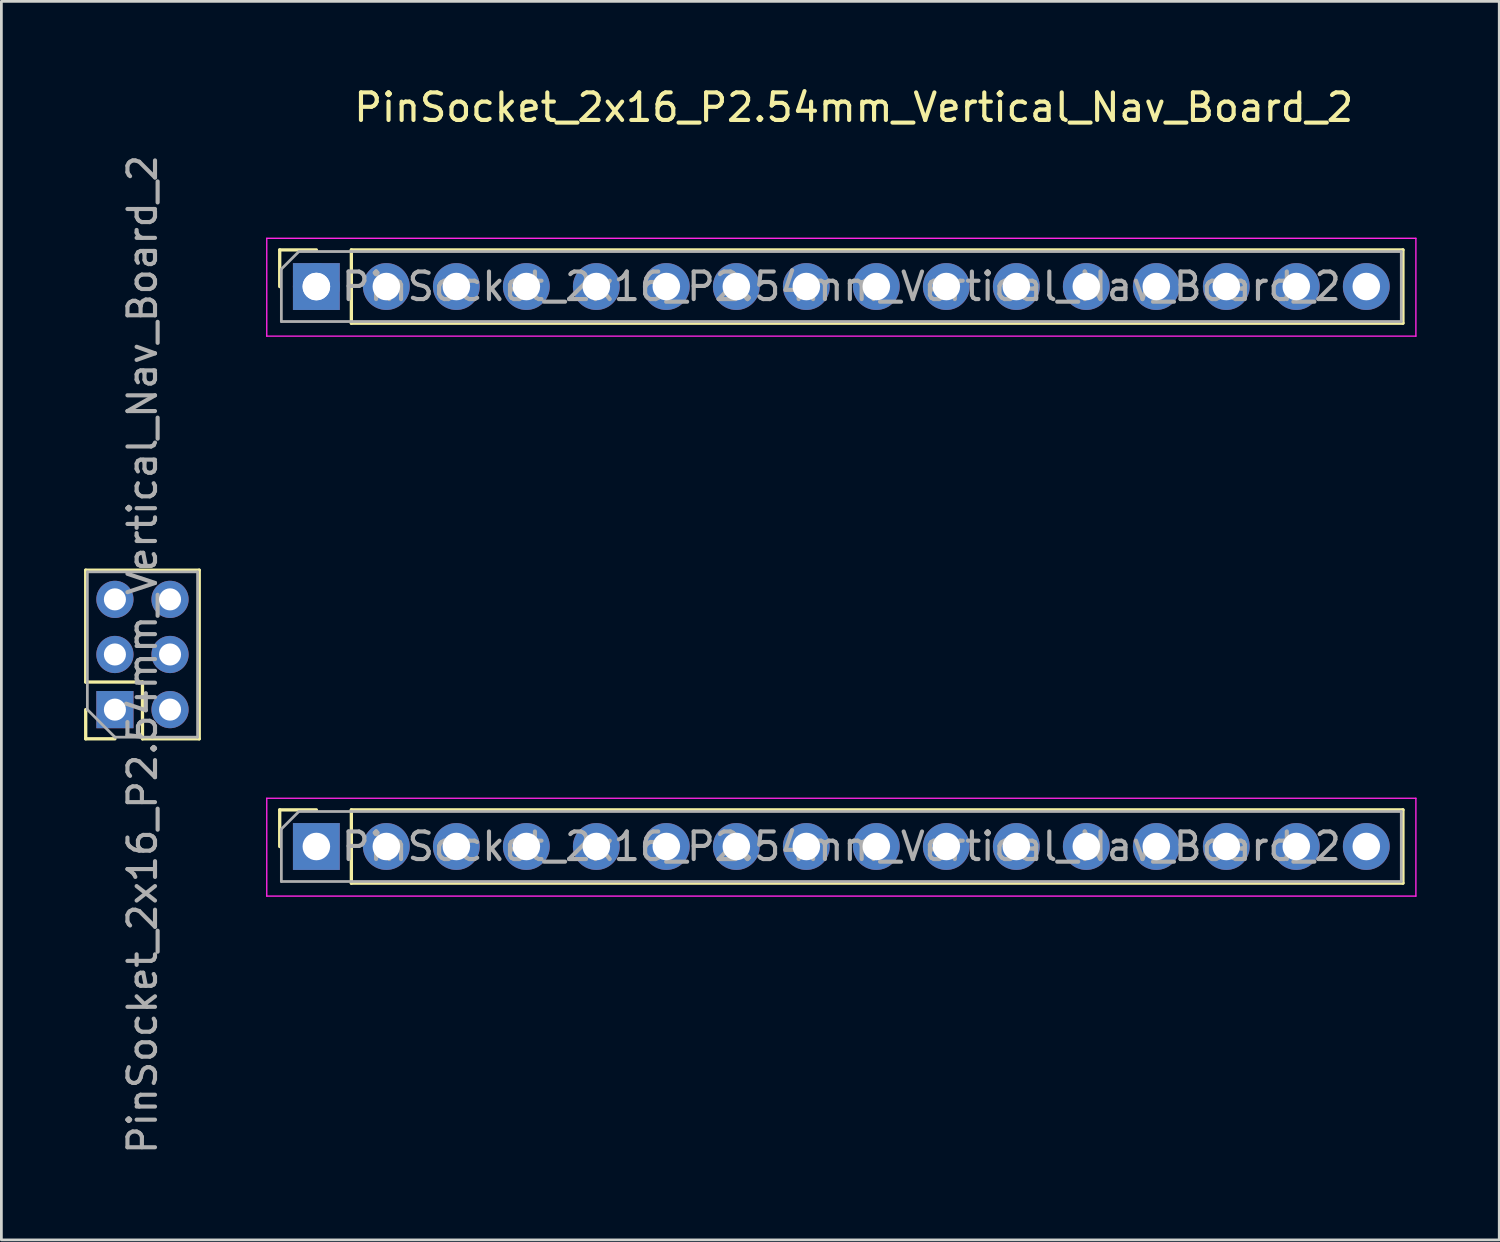
<source format=kicad_pcb>
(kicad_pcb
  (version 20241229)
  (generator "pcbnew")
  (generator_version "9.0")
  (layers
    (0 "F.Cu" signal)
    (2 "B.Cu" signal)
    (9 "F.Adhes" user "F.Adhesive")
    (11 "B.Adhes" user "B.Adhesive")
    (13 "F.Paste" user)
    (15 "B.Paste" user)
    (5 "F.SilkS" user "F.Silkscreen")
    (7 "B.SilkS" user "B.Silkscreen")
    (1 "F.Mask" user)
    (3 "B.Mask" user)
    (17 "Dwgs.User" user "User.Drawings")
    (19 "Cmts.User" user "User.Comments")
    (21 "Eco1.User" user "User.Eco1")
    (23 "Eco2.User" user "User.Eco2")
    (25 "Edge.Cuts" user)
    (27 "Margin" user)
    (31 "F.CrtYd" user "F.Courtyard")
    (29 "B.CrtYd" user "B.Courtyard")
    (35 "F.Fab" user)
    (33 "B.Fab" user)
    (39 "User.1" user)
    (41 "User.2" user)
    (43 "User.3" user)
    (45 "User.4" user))
  (footprint "PinSocket_2x16_P2.54mm_Vertical_Nav_Board_2"
    (layer "F.Cu")
    (at 8.43 7.348)
    (property "Reference" "PinSocket_2x16_P2.54mm_Vertical_Nav_Board_2" (at 19.5 -6.5 0) (unlocked yes) (layer "F.SilkS") (effects (font (size 1 1) (thickness 0.15))))
    (attr through_hole)
    (fp_line (start -8.37 14.352) (end -8.37 10.292) (stroke (width 0.12) (type solid)) (layer "F.SilkS"))
    (fp_line (start -8.37 16.412) (end -8.37 15.352) (stroke (width 0.12) (type solid)) (layer "F.SilkS"))
    (fp_line (start -7.31 16.412) (end -8.37 16.412) (stroke (width 0.12) (type solid)) (layer "F.SilkS"))
    (fp_line (start -6.31 14.352) (end -8.37 14.352) (stroke (width 0.12) (type solid)) (layer "F.SilkS"))
    (fp_line (start -6.31 16.412) (end -6.31 14.352) (stroke (width 0.12) (type solid)) (layer "F.SilkS"))
    (fp_line (start -4.25 10.292) (end -8.37 10.292) (stroke (width 0.12) (type solid)) (layer "F.SilkS"))
    (fp_line (start -4.25 16.412) (end -6.31 16.412) (stroke (width 0.12) (type solid)) (layer "F.SilkS"))
    (fp_line (start -4.25 16.412) (end -4.25 10.292) (stroke (width 0.12) (type solid)) (layer "F.SilkS"))
    (fp_line (start -1.33 -1.33) (end 0 -1.33) (stroke (width 0.12) (type solid)) (layer "F.SilkS"))
    (fp_line (start -1.33 0) (end -1.33 -1.33) (stroke (width 0.12) (type solid)) (layer "F.SilkS"))
    (fp_line (start -1.33 18.99) (end 0 18.99) (stroke (width 0.12) (type solid)) (layer "F.SilkS"))
    (fp_line (start -1.33 20.32) (end -1.33 18.99) (stroke (width 0.12) (type solid)) (layer "F.SilkS"))
    (fp_line (start 1.27 -1.33) (end 39.43 -1.33) (stroke (width 0.12) (type solid)) (layer "F.SilkS"))
    (fp_line (start 1.27 1.33) (end 1.27 -1.33) (stroke (width 0.12) (type solid)) (layer "F.SilkS"))
    (fp_line (start 1.27 1.33) (end 39.43 1.33) (stroke (width 0.12) (type solid)) (layer "F.SilkS"))
    (fp_line (start 1.27 18.99) (end 39.43 18.99) (stroke (width 0.12) (type solid)) (layer "F.SilkS"))
    (fp_line (start 1.27 21.65) (end 1.27 18.99) (stroke (width 0.12) (type solid)) (layer "F.SilkS"))
    (fp_line (start 1.27 21.65) (end 39.43 21.65) (stroke (width 0.12) (type solid)) (layer "F.SilkS"))
    (fp_line (start 39.43 1.33) (end 39.43 -1.33) (stroke (width 0.12) (type solid)) (layer "F.SilkS"))
    (fp_line (start 39.43 21.65) (end 39.43 18.99) (stroke (width 0.12) (type solid)) (layer "F.SilkS"))
    (fp_line (start -1.8 -1.75) (end 39.9 -1.75) (stroke (width 0.05) (type solid)) (layer "F.CrtYd"))
    (fp_line (start -1.8 1.8) (end -1.8 -1.75) (stroke (width 0.05) (type solid)) (layer "F.CrtYd"))
    (fp_line (start -1.8 18.57) (end 39.9 18.57) (stroke (width 0.05) (type solid)) (layer "F.CrtYd"))
    (fp_line (start -1.8 22.12) (end -1.8 18.57) (stroke (width 0.05) (type solid)) (layer "F.CrtYd"))
    (fp_line (start 39.9 -1.75) (end 39.9 1.8) (stroke (width 0.05) (type solid)) (layer "F.CrtYd"))
    (fp_line (start 39.9 1.8) (end -1.8 1.8) (stroke (width 0.05) (type solid)) (layer "F.CrtYd"))
    (fp_line (start 39.9 18.57) (end 39.9 22.12) (stroke (width 0.05) (type solid)) (layer "F.CrtYd"))
    (fp_line (start 39.9 22.12) (end -1.8 22.12) (stroke (width 0.05) (type solid)) (layer "F.CrtYd"))
    (fp_line (start -8.31 10.352) (end -4.31 10.352) (stroke (width 0.1) (type solid)) (layer "F.Fab"))
    (fp_line (start -8.31 15.352) (end -8.31 10.352) (stroke (width 0.1) (type solid)) (layer "F.Fab"))
    (fp_line (start -7.31 16.352) (end -8.31 15.352) (stroke (width 0.1) (type solid)) (layer "F.Fab"))
    (fp_line (start -4.31 10.352) (end -4.31 16.352) (stroke (width 0.1) (type solid)) (layer "F.Fab"))
    (fp_line (start -4.31 16.352) (end -7.31 16.352) (stroke (width 0.1) (type solid)) (layer "F.Fab"))
    (fp_line (start -1.27 -0.635) (end -0.635 -1.27) (stroke (width 0.1) (type solid)) (layer "F.Fab"))
    (fp_line (start -1.27 1.27) (end -1.27 -0.635) (stroke (width 0.1) (type solid)) (layer "F.Fab"))
    (fp_line (start -1.27 19.685) (end -0.635 19.05) (stroke (width 0.1) (type solid)) (layer "F.Fab"))
    (fp_line (start -1.27 21.59) (end -1.27 19.685) (stroke (width 0.1) (type solid)) (layer "F.Fab"))
    (fp_line (start -0.635 -1.27) (end 39.37 -1.27) (stroke (width 0.1) (type solid)) (layer "F.Fab"))
    (fp_line (start -0.635 19.05) (end 39.37 19.05) (stroke (width 0.1) (type solid)) (layer "F.Fab"))
    (fp_line (start 39.37 -1.27) (end 39.37 1.27) (stroke (width 0.1) (type solid)) (layer "F.Fab"))
    (fp_line (start 39.37 1.27) (end -1.27 1.27) (stroke (width 0.1) (type solid)) (layer "F.Fab"))
    (fp_line (start 39.37 19.05) (end 39.37 21.59) (stroke (width 0.1) (type solid)) (layer "F.Fab"))
    (fp_line (start 39.37 21.59) (end -1.27 21.59) (stroke (width 0.1) (type solid)) (layer "F.Fab"))
    (fp_text user "${REFERENCE}" (at -6.31 13.352 270) (layer "F.Fab") (effects (font (size 1 1) (thickness 0.15))))
    (fp_text user "${REFERENCE}" (at 19.05 0 180) (layer "F.Fab") (effects (font (size 1 1) (thickness 0.15))))
    (fp_text user "${REFERENCE}" (at 19.05 20.32 180) (layer "F.Fab") (effects (font (size 1 1) (thickness 0.15))))
    (pad "1" thru_hole rect (at 0 0 270) (size 1.7 1.7) (drill 1) (layers "*.Cu" "*.Mask"))
    (pad "2" thru_hole oval (at 2.54 0 270) (size 1.7 1.7) (drill 1) (layers "*.Cu" "*.Mask"))
    (pad "3" thru_hole oval (at 5.08 0 270) (size 1.7 1.7) (drill 1) (layers "*.Cu" "*.Mask"))
    (pad "4" thru_hole oval (at 7.62 0 270) (size 1.7 1.7) (drill 1) (layers "*.Cu" "*.Mask"))
    (pad "5" thru_hole oval (at 10.16 0 270) (size 1.7 1.7) (drill 1) (layers "*.Cu" "*.Mask"))
    (pad "6" thru_hole oval (at 12.7 0 270) (size 1.7 1.7) (drill 1) (layers "*.Cu" "*.Mask"))
    (pad "7" thru_hole oval (at 15.24 0 270) (size 1.7 1.7) (drill 1) (layers "*.Cu" "*.Mask"))
    (pad "8" thru_hole oval (at 17.78 0 270) (size 1.7 1.7) (drill 1) (layers "*.Cu" "*.Mask"))
    (pad "9" thru_hole oval (at 20.32 0 270) (size 1.7 1.7) (drill 1) (layers "*.Cu" "*.Mask"))
    (pad "10" thru_hole oval (at 22.86 0 270) (size 1.7 1.7) (drill 1) (layers "*.Cu" "*.Mask"))
    (pad "11" thru_hole oval (at 25.4 0 270) (size 1.7 1.7) (drill 1) (layers "*.Cu" "*.Mask"))
    (pad "12" thru_hole oval (at 27.94 0 270) (size 1.7 1.7) (drill 1) (layers "*.Cu" "*.Mask"))
    (pad "13" thru_hole oval (at 30.48 0 270) (size 1.7 1.7) (drill 1) (layers "*.Cu" "*.Mask"))
    (pad "14" thru_hole oval (at 33.02 0 270) (size 1.7 1.7) (drill 1) (layers "*.Cu" "*.Mask"))
    (pad "15" thru_hole oval (at 35.56 0 270) (size 1.7 1.7) (drill 1) (layers "*.Cu" "*.Mask"))
    (pad "16" thru_hole oval (at 38.1 0 270) (size 1.7 1.7) (drill 1) (layers "*.Cu" "*.Mask"))
    (pad "17" thru_hole rect (at 0 20.32 270) (size 1.7 1.7) (drill 1) (layers "*.Cu" "*.Mask"))
    (pad "18" thru_hole oval (at 2.54 20.32 270) (size 1.7 1.7) (drill 1) (layers "*.Cu" "*.Mask"))
    (pad "19" thru_hole oval (at 5.08 20.32 270) (size 1.7 1.7) (drill 1) (layers "*.Cu" "*.Mask"))
    (pad "20" thru_hole oval (at 7.62 20.32 270) (size 1.7 1.7) (drill 1) (layers "*.Cu" "*.Mask"))
    (pad "21" thru_hole oval (at 10.16 20.32 270) (size 1.7 1.7) (drill 1) (layers "*.Cu" "*.Mask"))
    (pad "22" thru_hole oval (at 12.7 20.32 270) (size 1.7 1.7) (drill 1) (layers "*.Cu" "*.Mask"))
    (pad "23" thru_hole oval (at 15.24 20.32 270) (size 1.7 1.7) (drill 1) (layers "*.Cu" "*.Mask"))
    (pad "24" thru_hole oval (at 17.78 20.32 270) (size 1.7 1.7) (drill 1) (layers "*.Cu" "*.Mask"))
    (pad "25" thru_hole oval (at 20.32 20.32 270) (size 1.7 1.7) (drill 1) (layers "*.Cu" "*.Mask"))
    (pad "26" thru_hole oval (at 22.86 20.32 270) (size 1.7 1.7) (drill 1) (layers "*.Cu" "*.Mask"))
    (pad "27" thru_hole oval (at 25.4 20.32 270) (size 1.7 1.7) (drill 1) (layers "*.Cu" "*.Mask"))
    (pad "28" thru_hole oval (at 27.94 20.32 270) (size 1.7 1.7) (drill 1) (layers "*.Cu" "*.Mask"))
    (pad "29" thru_hole oval (at 30.48 20.32 270) (size 1.7 1.7) (drill 1) (layers "*.Cu" "*.Mask"))
    (pad "30" thru_hole oval (at 33.02 20.32 270) (size 1.7 1.7) (drill 1) (layers "*.Cu" "*.Mask"))
    (pad "31" thru_hole oval (at 35.56 20.32 270) (size 1.7 1.7) (drill 1) (layers "*.Cu" "*.Mask"))
    (pad "32" thru_hole oval (at 38.1 20.32 270) (size 1.7 1.7) (drill 1) (layers "*.Cu" "*.Mask"))
    (pad "40a" thru_hole oval (at 0 0 90) (size 1.7 1.7) (drill 1) (layers "*.Cu" "*.Mask"))
    (pad "49" thru_hole rect (at -7.31 15.353 180) (size 1.35 1.35) (drill 0.8) (layers "*.Cu" "*.Mask"))
    (pad "50" thru_hole oval (at -7.31 13.352 180) (size 1.35 1.35) (drill 0.8) (layers "*.Cu" "*.Mask"))
    (pad "51" thru_hole oval (at -7.31 11.352 180) (size 1.35 1.35) (drill 0.8) (layers "*.Cu" "*.Mask"))
    (pad "52" thru_hole oval (at -5.31 11.352 180) (size 1.35 1.35) (drill 0.8) (layers "*.Cu" "*.Mask"))
    (pad "53" thru_hole oval (at -5.31 13.352 180) (size 1.35 1.35) (drill 0.8) (layers "*.Cu" "*.Mask"))
    (pad "54" thru_hole oval (at -5.31 15.352 180) (size 1.35 1.35) (drill 0.8) (layers "*.Cu" "*.Mask")))
  (gr_rect
    (start -3 -3)
    (end 51.355 41.944)
    (stroke (width 0.1) (type default))
    (fill no)
    (layer "Edge.Cuts")))
</source>
